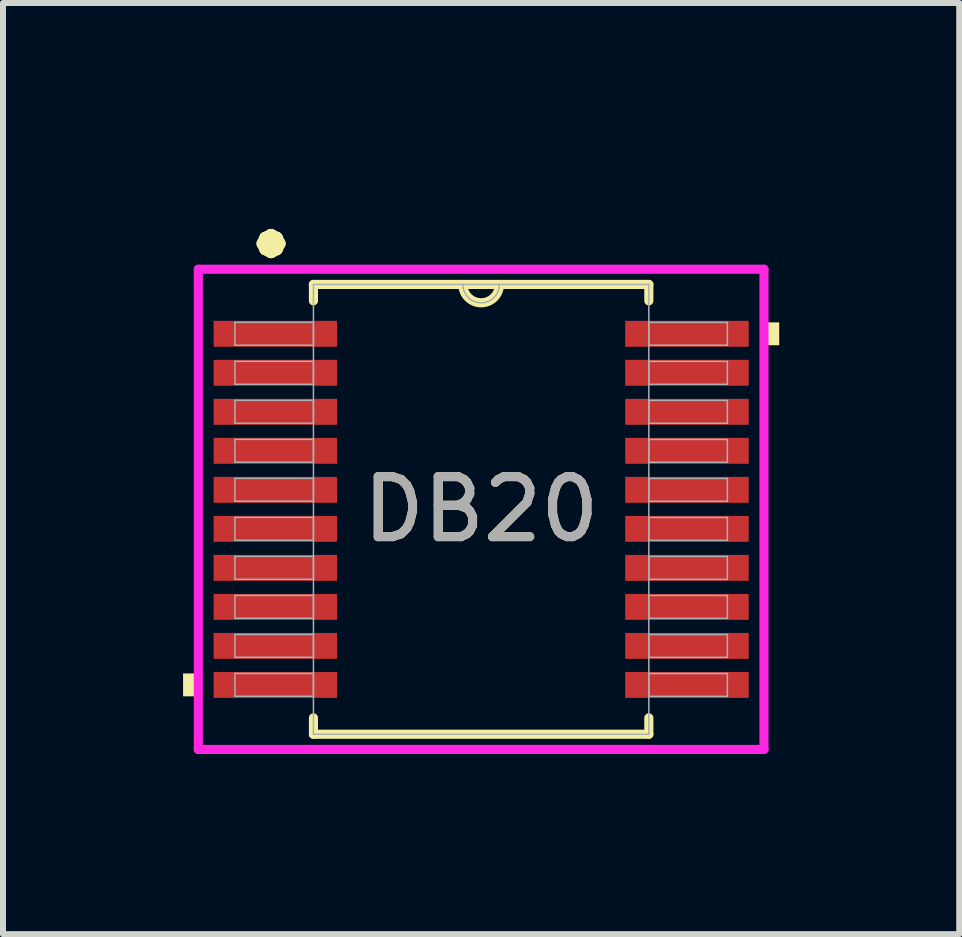
<source format=kicad_pcb>
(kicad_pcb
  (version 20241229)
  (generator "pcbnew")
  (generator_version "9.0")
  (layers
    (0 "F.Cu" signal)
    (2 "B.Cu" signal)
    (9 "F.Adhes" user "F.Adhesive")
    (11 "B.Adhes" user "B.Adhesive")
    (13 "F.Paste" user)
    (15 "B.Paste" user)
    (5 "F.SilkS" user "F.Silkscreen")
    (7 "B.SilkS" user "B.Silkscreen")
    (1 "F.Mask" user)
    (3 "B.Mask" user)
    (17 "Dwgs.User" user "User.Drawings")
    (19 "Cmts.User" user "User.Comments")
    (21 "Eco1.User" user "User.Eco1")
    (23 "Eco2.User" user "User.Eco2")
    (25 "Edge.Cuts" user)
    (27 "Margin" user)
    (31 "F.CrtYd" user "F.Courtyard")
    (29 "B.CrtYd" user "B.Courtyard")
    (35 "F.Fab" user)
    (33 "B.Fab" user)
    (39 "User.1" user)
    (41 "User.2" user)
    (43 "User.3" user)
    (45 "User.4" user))
  (footprint "DB20"
    (layer "F.Cu")
    (at 4.966 5.436)
    (property "Reference" "DB20" (at 0 0 0) (unlocked yes) (layer "F.SilkS") (effects (font (size 1 1) (thickness 0.15))))
    (attr smd)
    (fp_line (start -2.794 -3.747) (end -2.794 -3.474) (stroke (width 0.152) (type solid)) (layer "F.SilkS"))
    (fp_line (start -2.794 3.474) (end -2.794 3.747) (stroke (width 0.152) (type solid)) (layer "F.SilkS"))
    (fp_line (start -2.794 3.747) (end 2.794 3.747) (stroke (width 0.152) (type solid)) (layer "F.SilkS"))
    (fp_line (start 2.794 -3.747) (end -2.794 -3.747) (stroke (width 0.152) (type solid)) (layer "F.SilkS"))
    (fp_line (start 2.794 -3.474) (end 2.794 -3.747) (stroke (width 0.152) (type solid)) (layer "F.SilkS"))
    (fp_line (start 2.794 3.747) (end 2.794 3.474) (stroke (width 0.152) (type solid)) (layer "F.SilkS"))
    (fp_arc (start 0.3048 -3.7465) (mid 0 -3.4417) (end -0.3048 -3.7465) (stroke (width 0.1524) (type solid)) (layer "F.SilkS"))
    (fp_poly (pts (xy -4.966 2.734) (xy -4.966 3.115) (xy -4.712 3.115) (xy -4.712 2.734)) (stroke (width 0) (type solid)) (fill yes) (layer "F.SilkS"))
    (fp_poly (pts (xy 4.966 -3.115) (xy 4.966 -2.734) (xy 4.712 -2.734) (xy 4.712 -3.115)) (stroke (width 0) (type solid)) (fill yes) (layer "F.SilkS"))
    (fp_line (start -4.712 -4) (end 4.712 -4) (stroke (width 0.152) (type solid)) (layer "F.CrtYd"))
    (fp_line (start -4.712 4) (end -4.712 -4) (stroke (width 0.152) (type solid)) (layer "F.CrtYd"))
    (fp_line (start 4.712 -4) (end 4.712 4) (stroke (width 0.152) (type solid)) (layer "F.CrtYd"))
    (fp_line (start 4.712 4) (end -4.712 4) (stroke (width 0.152) (type solid)) (layer "F.CrtYd"))
    (fp_line (start -4.102 -3.116) (end -4.102 -2.735) (stroke (width 0.025) (type solid)) (layer "F.Fab"))
    (fp_line (start -4.102 -2.735) (end -2.794 -2.735) (stroke (width 0.025) (type solid)) (layer "F.Fab"))
    (fp_line (start -4.102 -2.466) (end -4.102 -2.084) (stroke (width 0.025) (type solid)) (layer "F.Fab"))
    (fp_line (start -4.102 -2.084) (end -2.794 -2.084) (stroke (width 0.025) (type solid)) (layer "F.Fab"))
    (fp_line (start -4.102 -1.816) (end -4.102 -1.435) (stroke (width 0.025) (type solid)) (layer "F.Fab"))
    (fp_line (start -4.102 -1.435) (end -2.794 -1.435) (stroke (width 0.025) (type solid)) (layer "F.Fab"))
    (fp_line (start -4.102 -1.166) (end -4.102 -0.785) (stroke (width 0.025) (type solid)) (layer "F.Fab"))
    (fp_line (start -4.102 -0.785) (end -2.794 -0.785) (stroke (width 0.025) (type solid)) (layer "F.Fab"))
    (fp_line (start -4.102 -0.516) (end -4.102 -0.135) (stroke (width 0.025) (type solid)) (layer "F.Fab"))
    (fp_line (start -4.102 -0.135) (end -2.794 -0.135) (stroke (width 0.025) (type solid)) (layer "F.Fab"))
    (fp_line (start -4.102 0.134) (end -4.102 0.515) (stroke (width 0.025) (type solid)) (layer "F.Fab"))
    (fp_line (start -4.102 0.515) (end -2.794 0.515) (stroke (width 0.025) (type solid)) (layer "F.Fab"))
    (fp_line (start -4.102 0.784) (end -4.102 1.165) (stroke (width 0.025) (type solid)) (layer "F.Fab"))
    (fp_line (start -4.102 1.165) (end -2.794 1.165) (stroke (width 0.025) (type solid)) (layer "F.Fab"))
    (fp_line (start -4.102 1.434) (end -4.102 1.815) (stroke (width 0.025) (type solid)) (layer "F.Fab"))
    (fp_line (start -4.102 1.815) (end -2.794 1.815) (stroke (width 0.025) (type solid)) (layer "F.Fab"))
    (fp_line (start -4.102 2.084) (end -4.102 2.465) (stroke (width 0.025) (type solid)) (layer "F.Fab"))
    (fp_line (start -4.102 2.465) (end -2.794 2.465) (stroke (width 0.025) (type solid)) (layer "F.Fab"))
    (fp_line (start -4.102 2.734) (end -4.102 3.115) (stroke (width 0.025) (type solid)) (layer "F.Fab"))
    (fp_line (start -4.102 3.115) (end -2.794 3.115) (stroke (width 0.025) (type solid)) (layer "F.Fab"))
    (fp_line (start -2.794 -3.747) (end -2.794 3.747) (stroke (width 0.025) (type solid)) (layer "F.Fab"))
    (fp_line (start -2.794 -3.116) (end -4.102 -3.116) (stroke (width 0.025) (type solid)) (layer "F.Fab"))
    (fp_line (start -2.794 -2.735) (end -2.794 -3.116) (stroke (width 0.025) (type solid)) (layer "F.Fab"))
    (fp_line (start -2.794 -2.466) (end -4.102 -2.466) (stroke (width 0.025) (type solid)) (layer "F.Fab"))
    (fp_line (start -2.794 -2.084) (end -2.794 -2.466) (stroke (width 0.025) (type solid)) (layer "F.Fab"))
    (fp_line (start -2.794 -1.816) (end -4.102 -1.816) (stroke (width 0.025) (type solid)) (layer "F.Fab"))
    (fp_line (start -2.794 -1.435) (end -2.794 -1.816) (stroke (width 0.025) (type solid)) (layer "F.Fab"))
    (fp_line (start -2.794 -1.166) (end -4.102 -1.166) (stroke (width 0.025) (type solid)) (layer "F.Fab"))
    (fp_line (start -2.794 -0.785) (end -2.794 -1.166) (stroke (width 0.025) (type solid)) (layer "F.Fab"))
    (fp_line (start -2.794 -0.516) (end -4.102 -0.516) (stroke (width 0.025) (type solid)) (layer "F.Fab"))
    (fp_line (start -2.794 -0.135) (end -2.794 -0.516) (stroke (width 0.025) (type solid)) (layer "F.Fab"))
    (fp_line (start -2.794 0.134) (end -4.102 0.134) (stroke (width 0.025) (type solid)) (layer "F.Fab"))
    (fp_line (start -2.794 0.515) (end -2.794 0.134) (stroke (width 0.025) (type solid)) (layer "F.Fab"))
    (fp_line (start -2.794 0.784) (end -4.102 0.784) (stroke (width 0.025) (type solid)) (layer "F.Fab"))
    (fp_line (start -2.794 1.165) (end -2.794 0.784) (stroke (width 0.025) (type solid)) (layer "F.Fab"))
    (fp_line (start -2.794 1.434) (end -4.102 1.434) (stroke (width 0.025) (type solid)) (layer "F.Fab"))
    (fp_line (start -2.794 1.815) (end -2.794 1.434) (stroke (width 0.025) (type solid)) (layer "F.Fab"))
    (fp_line (start -2.794 2.084) (end -4.102 2.084) (stroke (width 0.025) (type solid)) (layer "F.Fab"))
    (fp_line (start -2.794 2.465) (end -2.794 2.084) (stroke (width 0.025) (type solid)) (layer "F.Fab"))
    (fp_line (start -2.794 2.734) (end -4.102 2.734) (stroke (width 0.025) (type solid)) (layer "F.Fab"))
    (fp_line (start -2.794 3.115) (end -2.794 2.734) (stroke (width 0.025) (type solid)) (layer "F.Fab"))
    (fp_line (start -2.794 3.747) (end 2.794 3.747) (stroke (width 0.025) (type solid)) (layer "F.Fab"))
    (fp_line (start 2.794 -3.747) (end -2.794 -3.747) (stroke (width 0.025) (type solid)) (layer "F.Fab"))
    (fp_line (start 2.794 -3.115) (end 2.794 -2.734) (stroke (width 0.025) (type solid)) (layer "F.Fab"))
    (fp_line (start 2.794 -2.734) (end 4.102 -2.734) (stroke (width 0.025) (type solid)) (layer "F.Fab"))
    (fp_line (start 2.794 -2.465) (end 2.794 -2.084) (stroke (width 0.025) (type solid)) (layer "F.Fab"))
    (fp_line (start 2.794 -2.084) (end 4.102 -2.084) (stroke (width 0.025) (type solid)) (layer "F.Fab"))
    (fp_line (start 2.794 -1.815) (end 2.794 -1.434) (stroke (width 0.025) (type solid)) (layer "F.Fab"))
    (fp_line (start 2.794 -1.434) (end 4.102 -1.434) (stroke (width 0.025) (type solid)) (layer "F.Fab"))
    (fp_line (start 2.794 -1.165) (end 2.794 -0.784) (stroke (width 0.025) (type solid)) (layer "F.Fab"))
    (fp_line (start 2.794 -0.784) (end 4.102 -0.784) (stroke (width 0.025) (type solid)) (layer "F.Fab"))
    (fp_line (start 2.794 -0.515) (end 2.794 -0.134) (stroke (width 0.025) (type solid)) (layer "F.Fab"))
    (fp_line (start 2.794 -0.134) (end 4.102 -0.134) (stroke (width 0.025) (type solid)) (layer "F.Fab"))
    (fp_line (start 2.794 0.135) (end 2.794 0.516) (stroke (width 0.025) (type solid)) (layer "F.Fab"))
    (fp_line (start 2.794 0.516) (end 4.102 0.516) (stroke (width 0.025) (type solid)) (layer "F.Fab"))
    (fp_line (start 2.794 0.785) (end 2.794 1.166) (stroke (width 0.025) (type solid)) (layer "F.Fab"))
    (fp_line (start 2.794 1.166) (end 4.102 1.166) (stroke (width 0.025) (type solid)) (layer "F.Fab"))
    (fp_line (start 2.794 1.435) (end 2.794 1.816) (stroke (width 0.025) (type solid)) (layer "F.Fab"))
    (fp_line (start 2.794 1.816) (end 4.102 1.816) (stroke (width 0.025) (type solid)) (layer "F.Fab"))
    (fp_line (start 2.794 2.085) (end 2.794 2.466) (stroke (width 0.025) (type solid)) (layer "F.Fab"))
    (fp_line (start 2.794 2.466) (end 4.102 2.466) (stroke (width 0.025) (type solid)) (layer "F.Fab"))
    (fp_line (start 2.794 2.735) (end 2.794 3.116) (stroke (width 0.025) (type solid)) (layer "F.Fab"))
    (fp_line (start 2.794 3.116) (end 4.102 3.116) (stroke (width 0.025) (type solid)) (layer "F.Fab"))
    (fp_line (start 2.794 3.747) (end 2.794 -3.747) (stroke (width 0.025) (type solid)) (layer "F.Fab"))
    (fp_line (start 4.102 -3.115) (end 2.794 -3.115) (stroke (width 0.025) (type solid)) (layer "F.Fab"))
    (fp_line (start 4.102 -2.734) (end 4.102 -3.115) (stroke (width 0.025) (type solid)) (layer "F.Fab"))
    (fp_line (start 4.102 -2.465) (end 2.794 -2.465) (stroke (width 0.025) (type solid)) (layer "F.Fab"))
    (fp_line (start 4.102 -2.084) (end 4.102 -2.465) (stroke (width 0.025) (type solid)) (layer "F.Fab"))
    (fp_line (start 4.102 -1.815) (end 2.794 -1.815) (stroke (width 0.025) (type solid)) (layer "F.Fab"))
    (fp_line (start 4.102 -1.434) (end 4.102 -1.815) (stroke (width 0.025) (type solid)) (layer "F.Fab"))
    (fp_line (start 4.102 -1.165) (end 2.794 -1.165) (stroke (width 0.025) (type solid)) (layer "F.Fab"))
    (fp_line (start 4.102 -0.784) (end 4.102 -1.165) (stroke (width 0.025) (type solid)) (layer "F.Fab"))
    (fp_line (start 4.102 -0.515) (end 2.794 -0.515) (stroke (width 0.025) (type solid)) (layer "F.Fab"))
    (fp_line (start 4.102 -0.134) (end 4.102 -0.515) (stroke (width 0.025) (type solid)) (layer "F.Fab"))
    (fp_line (start 4.102 0.135) (end 2.794 0.135) (stroke (width 0.025) (type solid)) (layer "F.Fab"))
    (fp_line (start 4.102 0.516) (end 4.102 0.135) (stroke (width 0.025) (type solid)) (layer "F.Fab"))
    (fp_line (start 4.102 0.785) (end 2.794 0.785) (stroke (width 0.025) (type solid)) (layer "F.Fab"))
    (fp_line (start 4.102 1.166) (end 4.102 0.785) (stroke (width 0.025) (type solid)) (layer "F.Fab"))
    (fp_line (start 4.102 1.435) (end 2.794 1.435) (stroke (width 0.025) (type solid)) (layer "F.Fab"))
    (fp_line (start 4.102 1.816) (end 4.102 1.435) (stroke (width 0.025) (type solid)) (layer "F.Fab"))
    (fp_line (start 4.102 2.085) (end 2.794 2.085) (stroke (width 0.025) (type solid)) (layer "F.Fab"))
    (fp_line (start 4.102 2.466) (end 4.102 2.085) (stroke (width 0.025) (type solid)) (layer "F.Fab"))
    (fp_line (start 4.102 2.735) (end 2.794 2.735) (stroke (width 0.025) (type solid)) (layer "F.Fab"))
    (fp_line (start 4.102 3.116) (end 4.102 2.735) (stroke (width 0.025) (type solid)) (layer "F.Fab"))
    (fp_arc (start 0.3048 -3.7465) (mid 0 -3.4417) (end -0.3048 -3.7465) (stroke (width 0.0254) (type solid)) (layer "F.Fab"))
    (fp_text user "•" (at -3.5 -4.5 0) (unlocked yes) (layer "F.SilkS") (effects (font (size 1 1) (thickness 0.2) (bold yes))))
    (fp_text user "${REFERENCE}" (at 0 0 0) (unlocked yes) (layer "F.Fab") (effects (font (size 1 1) (thickness 0.15))))
    (pad "1" smd rect (at -3.429 -2.925) (size 2.057 0.432) (layers "F.Cu" "F.Mask" "F.Paste"))
    (pad "2" smd rect (at -3.429 -2.275) (size 2.057 0.432) (layers "F.Cu" "F.Mask" "F.Paste"))
    (pad "3" smd rect (at -3.429 -1.625) (size 2.057 0.432) (layers "F.Cu" "F.Mask" "F.Paste"))
    (pad "4" smd rect (at -3.429 -0.975) (size 2.057 0.432) (layers "F.Cu" "F.Mask" "F.Paste"))
    (pad "5" smd rect (at -3.429 -0.325) (size 2.057 0.432) (layers "F.Cu" "F.Mask" "F.Paste"))
    (pad "6" smd rect (at -3.429 0.325) (size 2.057 0.432) (layers "F.Cu" "F.Mask" "F.Paste"))
    (pad "7" smd rect (at -3.429 0.975) (size 2.057 0.432) (layers "F.Cu" "F.Mask" "F.Paste"))
    (pad "8" smd rect (at -3.429 1.625) (size 2.057 0.432) (layers "F.Cu" "F.Mask" "F.Paste"))
    (pad "9" smd rect (at -3.429 2.275) (size 2.057 0.432) (layers "F.Cu" "F.Mask" "F.Paste"))
    (pad "10" smd rect (at -3.429 2.925) (size 2.057 0.432) (layers "F.Cu" "F.Mask" "F.Paste"))
    (pad "11" smd rect (at 3.429 2.925) (size 2.057 0.432) (layers "F.Cu" "F.Mask" "F.Paste"))
    (pad "12" smd rect (at 3.429 2.275) (size 2.057 0.432) (layers "F.Cu" "F.Mask" "F.Paste"))
    (pad "13" smd rect (at 3.429 1.625) (size 2.057 0.432) (layers "F.Cu" "F.Mask" "F.Paste"))
    (pad "14" smd rect (at 3.429 0.975) (size 2.057 0.432) (layers "F.Cu" "F.Mask" "F.Paste"))
    (pad "15" smd rect (at 3.429 0.325) (size 2.057 0.432) (layers "F.Cu" "F.Mask" "F.Paste"))
    (pad "16" smd rect (at 3.429 -0.325) (size 2.057 0.432) (layers "F.Cu" "F.Mask" "F.Paste"))
    (pad "17" smd rect (at 3.429 -0.975) (size 2.057 0.432) (layers "F.Cu" "F.Mask" "F.Paste"))
    (pad "18" smd rect (at 3.429 -1.625) (size 2.057 0.432) (layers "F.Cu" "F.Mask" "F.Paste"))
    (pad "19" smd rect (at 3.429 -2.275) (size 2.057 0.432) (layers "F.Cu" "F.Mask" "F.Paste"))
    (pad "20" smd rect (at 3.429 -2.925) (size 2.057 0.432) (layers "F.Cu" "F.Mask" "F.Paste")))
  (gr_rect
    (start -3 -3)
    (end 12.931 12.513)
    (stroke (width 0.1) (type default))
    (fill no)
    (layer "Edge.Cuts")))
</source>
